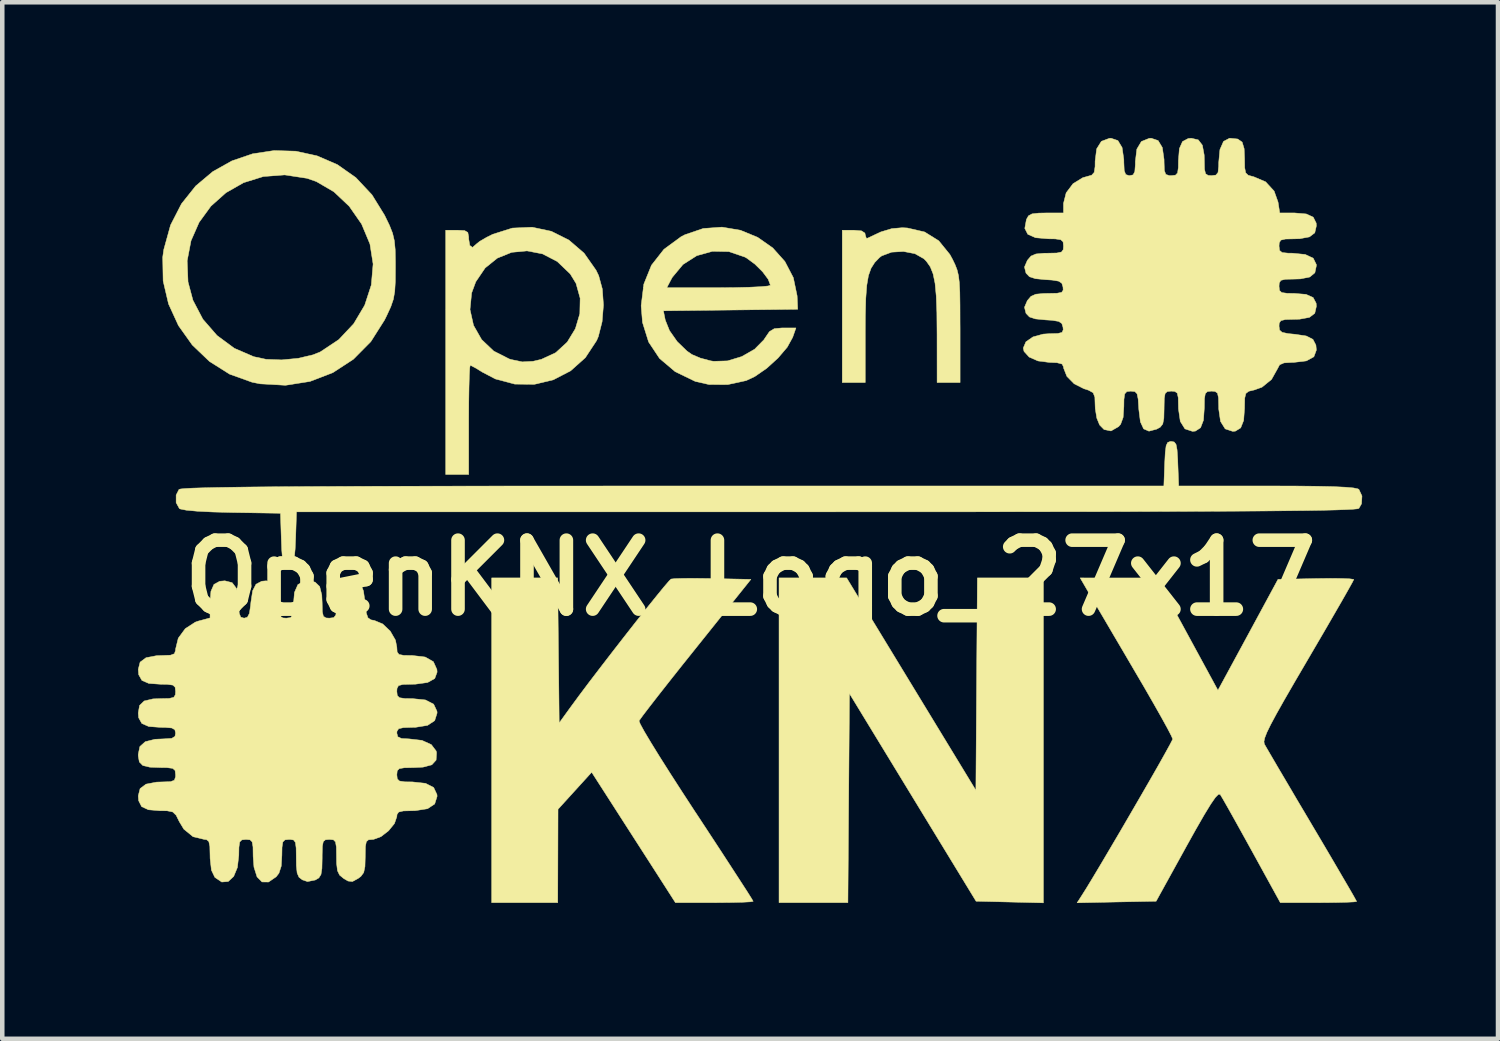
<source format=kicad_pcb>
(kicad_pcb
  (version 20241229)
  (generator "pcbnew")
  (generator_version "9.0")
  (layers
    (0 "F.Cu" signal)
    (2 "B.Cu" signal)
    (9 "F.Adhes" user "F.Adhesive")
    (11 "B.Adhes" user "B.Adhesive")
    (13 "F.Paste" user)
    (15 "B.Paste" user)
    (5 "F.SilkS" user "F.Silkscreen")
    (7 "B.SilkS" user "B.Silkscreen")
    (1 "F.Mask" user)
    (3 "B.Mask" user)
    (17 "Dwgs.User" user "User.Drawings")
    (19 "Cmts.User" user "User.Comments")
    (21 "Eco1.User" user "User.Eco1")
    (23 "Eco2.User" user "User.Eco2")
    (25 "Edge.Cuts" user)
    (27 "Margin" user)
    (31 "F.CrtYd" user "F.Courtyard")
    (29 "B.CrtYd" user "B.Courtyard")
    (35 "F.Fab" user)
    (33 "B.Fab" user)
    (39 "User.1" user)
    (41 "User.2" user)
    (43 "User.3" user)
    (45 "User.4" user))
  (footprint "OpenKNX_Logo_27x17"
    (layer "F.Cu")
    (at 13.53 9.721)
    (property "Reference" "OpenKNX_Logo_27x17" (at 0 0 0) (layer "F.SilkS") (effects (font (size 1.524 1.524) (thickness 0.3))))
    (attr through_hole)
    (fp_poly (pts (xy 4.985 4.693) (xy 5.001 2.347) (xy 5.018 0) (xy 6.477 0) (xy 6.477 7.18) (xy 5.733 7.162) (xy 4.989 7.144) (xy 3.59 4.85) (xy 2.191 2.555) (xy 2.174 4.865) (xy 2.157 7.176) (xy 0.635 7.176) (xy 0.635 0) (xy 2.129 0) (xy 4.985 4.693)) (stroke (width 0.01) (type solid)) (fill yes) (layer "F.SilkS"))
    (fp_poly (pts (xy 3.471 -7.733) (xy 3.852 -7.645) (xy 4.164 -7.451) (xy 4.41 -7.148) (xy 4.469 -7.04) (xy 4.527 -6.919) (xy 4.57 -6.807) (xy 4.6 -6.684) (xy 4.619 -6.527) (xy 4.63 -6.315) (xy 4.634 -6.026) (xy 4.635 -5.638) (xy 4.636 -5.512) (xy 4.636 -4.318) (xy 4.128 -4.318) (xy 4.127 -5.382) (xy 4.123 -5.86) (xy 4.109 -6.229) (xy 4.083 -6.509) (xy 4.04 -6.718) (xy 3.978 -6.874) (xy 3.893 -6.995) (xy 3.837 -7.053) (xy 3.639 -7.165) (xy 3.385 -7.214) (xy 3.123 -7.199) (xy 2.904 -7.117) (xy 2.855 -7.08) (xy 2.749 -6.97) (xy 2.669 -6.844) (xy 2.611 -6.682) (xy 2.574 -6.466) (xy 2.552 -6.175) (xy 2.542 -5.791) (xy 2.54 -5.431) (xy 2.54 -4.318) (xy 2.032 -4.318) (xy 2.032 -7.684) (xy 2.286 -7.684) (xy 2.459 -7.669) (xy 2.533 -7.62) (xy 2.54 -7.583) (xy 2.563 -7.508) (xy 2.588 -7.507) (xy 2.885 -7.646) (xy 3.127 -7.719) (xy 3.357 -7.739) (xy 3.471 -7.733)) (stroke (width 0.01) (type solid)) (fill yes) (layer "F.SilkS"))
    (fp_poly (pts (xy -4.24 1.602) (xy -4.223 3.204) (xy -3.971 2.856) (xy -3.788 2.607) (xy -3.566 2.311) (xy -3.316 1.984) (xy -3.051 1.64) (xy -2.782 1.294) (xy -2.521 0.961) (xy -2.28 0.657) (xy -2.07 0.397) (xy -1.904 0.194) (xy -1.793 0.065) (xy -1.751 0.025) (xy -1.662 0.015) (xy -1.473 0.01) (xy -1.209 0.009) (xy -0.897 0.013) (xy -0.832 0.014) (xy 0.013 0.032) (xy -1.207 1.556) (xy -1.512 1.937) (xy -1.791 2.289) (xy -2.034 2.598) (xy -2.231 2.852) (xy -2.373 3.038) (xy -2.449 3.143) (xy -2.459 3.159) (xy -2.432 3.229) (xy -2.343 3.392) (xy -2.198 3.635) (xy -2.005 3.948) (xy -1.772 4.316) (xy -1.506 4.729) (xy -1.216 5.174) (xy -1.213 5.177) (xy -0.922 5.62) (xy -0.654 6.029) (xy -0.418 6.392) (xy -0.22 6.697) (xy -0.068 6.932) (xy 0.029 7.086) (xy 0.063 7.146) (xy 0.064 7.146) (xy 0.004 7.157) (xy -0.16 7.166) (xy -0.404 7.172) (xy -0.706 7.175) (xy -0.795 7.176) (xy -1.654 7.176) (xy -2.092 6.493) (xy -2.306 6.16) (xy -2.556 5.771) (xy -2.81 5.376) (xy -3.018 5.052) (xy -3.505 4.294) (xy -3.877 4.703) (xy -4.249 5.112) (xy -4.255 7.176) (xy -5.715 7.176) (xy -5.715 0) (xy -4.257 0) (xy -4.24 1.602)) (stroke (width 0.01) (type solid)) (fill yes) (layer "F.SilkS"))
    (fp_poly (pts (xy -0.218 -7.683) (xy 0.162 -7.527) (xy 0.496 -7.293) (xy 0.765 -6.992) (xy 0.951 -6.635) (xy 1.035 -6.232) (xy 1.036 -6.205) (xy 1.048 -5.937) (xy -1.92 -5.903) (xy -1.879 -5.698) (xy -1.786 -5.466) (xy -1.615 -5.222) (xy -1.4 -5.014) (xy -1.29 -4.937) (xy -1.104 -4.858) (xy -0.875 -4.797) (xy -0.811 -4.787) (xy -0.504 -4.796) (xy -0.188 -4.892) (xy 0.095 -5.054) (xy 0.302 -5.264) (xy 0.324 -5.299) (xy 0.423 -5.443) (xy 0.53 -5.508) (xy 0.699 -5.524) (xy 0.733 -5.524) (xy 1.009 -5.524) (xy 0.937 -5.318) (xy 0.816 -5.098) (xy 0.612 -4.859) (xy 0.362 -4.632) (xy 0.1 -4.451) (xy -0.091 -4.361) (xy -0.502 -4.272) (xy -0.913 -4.274) (xy -1.214 -4.342) (xy -1.66 -4.558) (xy -2.005 -4.85) (xy -2.247 -5.214) (xy -2.382 -5.646) (xy -2.412 -6.015) (xy -2.363 -6.413) (xy -1.845 -6.413) (xy -0.7 -6.413) (xy -0.335 -6.416) (xy -0.018 -6.424) (xy 0.231 -6.436) (xy 0.392 -6.451) (xy 0.445 -6.468) (xy 0.396 -6.599) (xy 0.272 -6.765) (xy 0.102 -6.934) (xy -0.083 -7.07) (xy -0.121 -7.091) (xy -0.474 -7.211) (xy -0.836 -7.218) (xy -1.183 -7.121) (xy -1.487 -6.927) (xy -1.722 -6.645) (xy -1.754 -6.588) (xy -1.845 -6.413) (xy -2.363 -6.413) (xy -2.353 -6.492) (xy -2.184 -6.91) (xy -1.909 -7.261) (xy -1.531 -7.539) (xy -1.445 -7.584) (xy -1.04 -7.722) (xy -0.625 -7.752) (xy -0.218 -7.683)) (stroke (width 0.01) (type solid)) (fill yes) (layer "F.SilkS"))
    (fp_poly (pts (xy -4.397 -7.66) (xy -4.009 -7.466) (xy -3.673 -7.177) (xy -3.409 -6.801) (xy -3.35 -6.679) (xy -3.27 -6.385) (xy -3.245 -6.029) (xy -3.275 -5.661) (xy -3.358 -5.334) (xy -3.396 -5.245) (xy -3.645 -4.867) (xy -3.971 -4.576) (xy -4.353 -4.378) (xy -4.771 -4.278) (xy -5.205 -4.283) (xy -5.633 -4.397) (xy -5.92 -4.547) (xy -6.07 -4.639) (xy -6.172 -4.693) (xy -6.19 -4.699) (xy -6.2 -4.639) (xy -6.209 -4.471) (xy -6.216 -4.215) (xy -6.221 -3.891) (xy -6.223 -3.518) (xy -6.223 -3.493) (xy -6.223 -2.286) (xy -6.731 -2.286) (xy -6.731 -5.931) (xy -6.194 -5.931) (xy -6.116 -5.581) (xy -5.937 -5.267) (xy -5.67 -5.013) (xy -5.327 -4.839) (xy -5.285 -4.826) (xy -5.039 -4.774) (xy -4.802 -4.787) (xy -4.618 -4.83) (xy -4.299 -4.978) (xy -4.045 -5.212) (xy -3.865 -5.508) (xy -3.767 -5.839) (xy -3.76 -6.181) (xy -3.851 -6.509) (xy -3.979 -6.718) (xy -4.267 -6.993) (xy -4.592 -7.161) (xy -4.934 -7.227) (xy -5.273 -7.195) (xy -5.588 -7.068) (xy -5.859 -6.85) (xy -6.066 -6.545) (xy -6.158 -6.297) (xy -6.194 -5.931) (xy -6.731 -5.931) (xy -6.731 -7.684) (xy -6.477 -7.684) (xy -6.314 -7.676) (xy -6.242 -7.635) (xy -6.223 -7.534) (xy -6.223 -7.493) (xy -6.199 -7.348) (xy -6.139 -7.303) (xy -6.061 -7.371) (xy -6.06 -7.373) (xy -5.982 -7.436) (xy -5.826 -7.527) (xy -5.691 -7.594) (xy -5.258 -7.731) (xy -4.82 -7.75) (xy -4.397 -7.66)) (stroke (width 0.01) (type solid)) (fill yes) (layer "F.SilkS"))
    (fp_poly (pts (xy -10.044 -9.43) (xy -9.573 -9.327) (xy -9.126 -9.134) (xy -8.717 -8.847) (xy -8.36 -8.466) (xy -8.082 -8.016) (xy -7.974 -7.793) (xy -7.905 -7.618) (xy -7.866 -7.452) (xy -7.847 -7.255) (xy -7.842 -6.986) (xy -7.842 -6.858) (xy -7.844 -6.552) (xy -7.857 -6.332) (xy -7.887 -6.159) (xy -7.944 -5.993) (xy -8.036 -5.793) (xy -8.082 -5.7) (xy -8.385 -5.222) (xy -8.771 -4.832) (xy -9.225 -4.536) (xy -9.73 -4.342) (xy -10.27 -4.257) (xy -10.831 -4.289) (xy -11.01 -4.325) (xy -11.506 -4.503) (xy -11.95 -4.783) (xy -12.331 -5.147) (xy -12.637 -5.577) (xy -12.856 -6.055) (xy -12.975 -6.563) (xy -12.983 -7.008) (xy -12.444 -7.008) (xy -12.425 -6.541) (xy -12.317 -6.137) (xy -12.097 -5.717) (xy -11.784 -5.357) (xy -11.401 -5.074) (xy -10.972 -4.889) (xy -10.7 -4.831) (xy -10.355 -4.818) (xy -9.991 -4.853) (xy -9.663 -4.93) (xy -9.502 -4.995) (xy -9.094 -5.266) (xy -8.764 -5.617) (xy -8.521 -6.026) (xy -8.375 -6.473) (xy -8.335 -6.937) (xy -8.405 -7.379) (xy -8.59 -7.821) (xy -8.863 -8.213) (xy -9.202 -8.533) (xy -9.589 -8.759) (xy -9.796 -8.831) (xy -10.29 -8.906) (xy -10.761 -8.87) (xy -11.198 -8.734) (xy -11.587 -8.512) (xy -11.919 -8.216) (xy -12.18 -7.858) (xy -12.359 -7.451) (xy -12.444 -7.008) (xy -12.983 -7.008) (xy -12.985 -7.085) (xy -12.961 -7.255) (xy -12.811 -7.797) (xy -12.57 -8.267) (xy -12.255 -8.662) (xy -11.878 -8.979) (xy -11.455 -9.216) (xy -10.999 -9.372) (xy -10.523 -9.444) (xy -10.044 -9.43)) (stroke (width 0.01) (type solid)) (fill yes) (layer "F.SilkS"))
    (fp_poly (pts (xy 9.367 -3.004) (xy 9.408 -2.951) (xy 9.431 -2.83) (xy 9.445 -2.616) (xy 9.448 -2.524) (xy 9.467 -2.032) (xy 11.42 -2.032) (xy 12.02 -2.031) (xy 12.501 -2.026) (xy 12.874 -2.018) (xy 13.146 -2.005) (xy 13.328 -1.989) (xy 13.427 -1.968) (xy 13.449 -1.956) (xy 13.517 -1.811) (xy 13.507 -1.639) (xy 13.449 -1.537) (xy 13.412 -1.527) (xy 13.317 -1.518) (xy 13.16 -1.51) (xy 12.937 -1.502) (xy 12.645 -1.495) (xy 12.277 -1.489) (xy 11.831 -1.484) (xy 11.301 -1.479) (xy 10.685 -1.475) (xy 9.976 -1.472) (xy 9.172 -1.469) (xy 8.267 -1.466) (xy 7.258 -1.464) (xy 6.14 -1.463) (xy 4.91 -1.461) (xy 3.561 -1.461) (xy 2.092 -1.461) (xy 1.673 -1.46) (xy -10.028 -1.46) (xy -10.046 -0.905) (xy -10.058 -0.637) (xy -10.074 -0.472) (xy -10.103 -0.381) (xy -10.151 -0.342) (xy -10.205 -0.329) (xy -10.272 -0.327) (xy -10.315 -0.358) (xy -10.34 -0.447) (xy -10.354 -0.617) (xy -10.364 -0.869) (xy -10.382 -1.429) (xy -11.457 -1.446) (xy -11.88 -1.457) (xy -12.22 -1.474) (xy -12.464 -1.497) (xy -12.598 -1.524) (xy -12.616 -1.533) (xy -12.688 -1.664) (xy -12.688 -1.831) (xy -12.624 -1.956) (xy -12.586 -1.966) (xy -12.49 -1.975) (xy -12.332 -1.984) (xy -12.107 -1.991) (xy -11.811 -1.998) (xy -11.44 -2.004) (xy -10.989 -2.01) (xy -10.453 -2.015) (xy -9.828 -2.019) (xy -9.11 -2.022) (xy -8.295 -2.025) (xy -7.377 -2.027) (xy -6.353 -2.029) (xy -5.217 -2.031) (xy -3.966 -2.031) (xy -2.596 -2.032) (xy -1.704 -2.032) (xy 9.139 -2.032) (xy 9.157 -2.524) (xy 9.17 -2.773) (xy 9.189 -2.921) (xy 9.223 -2.993) (xy 9.279 -3.015) (xy 9.303 -3.016) (xy 9.367 -3.004)) (stroke (width 0.01) (type solid)) (fill yes) (layer "F.SilkS"))
    (fp_poly (pts (xy 8.138 0.000214) (xy 8.985 0.000429) (xy 10.334 2.483) (xy 10.998 1.258) (xy 11.661 0.032) (xy 12.498 0.014) (xy 12.807 0.01) (xy 13.065 0.012) (xy 13.248 0.02) (xy 13.332 0.032) (xy 13.335 0.036) (xy 13.304 0.098) (xy 13.216 0.256) (xy 13.079 0.497) (xy 12.9 0.807) (xy 12.688 1.173) (xy 12.449 1.582) (xy 12.315 1.811) (xy 12.027 2.303) (xy 11.799 2.698) (xy 11.625 3.007) (xy 11.499 3.242) (xy 11.415 3.414) (xy 11.368 3.535) (xy 11.351 3.616) (xy 11.359 3.668) (xy 11.362 3.675) (xy 11.411 3.76) (xy 11.516 3.94) (xy 11.668 4.2) (xy 11.86 4.525) (xy 12.081 4.901) (xy 12.325 5.312) (xy 12.414 5.463) (xy 12.66 5.878) (xy 12.883 6.257) (xy 13.075 6.586) (xy 13.23 6.851) (xy 13.339 7.04) (xy 13.393 7.139) (xy 13.399 7.15) (xy 13.339 7.159) (xy 13.176 7.167) (xy 12.932 7.173) (xy 12.631 7.175) (xy 12.556 7.176) (xy 11.713 7.176) (xy 11.079 6.023) (xy 10.885 5.672) (xy 10.709 5.355) (xy 10.561 5.091) (xy 10.451 4.898) (xy 10.389 4.793) (xy 10.382 4.784) (xy 10.345 4.782) (xy 10.277 4.851) (xy 10.174 5) (xy 10.03 5.236) (xy 9.838 5.57) (xy 9.643 5.92) (xy 8.968 7.144) (xy 8.095 7.161) (xy 7.222 7.179) (xy 7.315 7.034) (xy 7.425 6.86) (xy 7.576 6.611) (xy 7.76 6.303) (xy 7.966 5.954) (xy 8.187 5.579) (xy 8.411 5.194) (xy 8.631 4.815) (xy 8.837 4.458) (xy 9.019 4.14) (xy 9.167 3.876) (xy 9.274 3.682) (xy 9.329 3.575) (xy 9.335 3.56) (xy 9.303 3.486) (xy 9.216 3.319) (xy 9.081 3.074) (xy 8.906 2.765) (xy 8.7 2.407) (xy 8.487 2.044) (xy 8.25 1.639) (xy 8.024 1.255) (xy 7.821 0.909) (xy 7.651 0.62) (xy 7.527 0.407) (xy 7.465 0.302) (xy 7.29 0) (xy 8.138 0.000214)) (stroke (width 0.01) (type solid)) (fill yes) (layer "F.SilkS"))
    (fp_poly (pts (xy 9.9 -9.68) (xy 9.99 -9.562) (xy 10.03 -9.346) (xy 10.033 -9.227) (xy 10.037 -9.031) (xy 10.061 -8.931) (xy 10.118 -8.895) (xy 10.192 -8.89) (xy 10.289 -8.902) (xy 10.336 -8.959) (xy 10.35 -9.096) (xy 10.351 -9.18) (xy 10.378 -9.466) (xy 10.457 -9.646) (xy 10.587 -9.715) (xy 10.602 -9.716) (xy 10.771 -9.699) (xy 10.869 -9.631) (xy 10.913 -9.486) (xy 10.922 -9.272) (xy 10.925 -9.066) (xy 10.947 -8.952) (xy 11.003 -8.898) (xy 11.111 -8.868) (xy 11.125 -8.865) (xy 11.388 -8.753) (xy 11.576 -8.548) (xy 11.662 -8.306) (xy 11.7 -8.065) (xy 12.029 -8.065) (xy 12.287 -8.043) (xy 12.44 -7.972) (xy 12.505 -7.842) (xy 12.509 -7.779) (xy 12.474 -7.626) (xy 12.356 -7.536) (xy 12.14 -7.496) (xy 12.021 -7.493) (xy 11.825 -7.489) (xy 11.725 -7.465) (xy 11.689 -7.408) (xy 11.684 -7.334) (xy 11.696 -7.237) (xy 11.753 -7.19) (xy 11.89 -7.176) (xy 11.974 -7.176) (xy 12.263 -7.148) (xy 12.44 -7.065) (xy 12.509 -6.924) (xy 12.509 -6.9) (xy 12.476 -6.743) (xy 12.364 -6.65) (xy 12.156 -6.608) (xy 12.021 -6.604) (xy 11.825 -6.6) (xy 11.725 -6.576) (xy 11.689 -6.519) (xy 11.684 -6.445) (xy 11.694 -6.353) (xy 11.743 -6.306) (xy 11.865 -6.289) (xy 12.021 -6.287) (xy 12.281 -6.266) (xy 12.437 -6.197) (xy 12.504 -6.071) (xy 12.509 -6.001) (xy 12.474 -5.848) (xy 12.356 -5.758) (xy 12.14 -5.718) (xy 12.021 -5.715) (xy 11.825 -5.71) (xy 11.725 -5.686) (xy 11.688 -5.63) (xy 11.684 -5.564) (xy 11.696 -5.477) (xy 11.752 -5.427) (xy 11.883 -5.399) (xy 12.039 -5.384) (xy 12.288 -5.346) (xy 12.433 -5.272) (xy 12.499 -5.145) (xy 12.509 -5.035) (xy 12.454 -4.887) (xy 12.288 -4.796) (xy 12.009 -4.763) (xy 11.978 -4.763) (xy 11.794 -4.752) (xy 11.697 -4.71) (xy 11.649 -4.62) (xy 11.649 -4.62) (xy 11.518 -4.386) (xy 11.307 -4.215) (xy 11.134 -4.153) (xy 11.014 -4.125) (xy 10.951 -4.076) (xy 10.926 -3.973) (xy 10.922 -3.78) (xy 10.922 -3.752) (xy 10.902 -3.48) (xy 10.837 -3.316) (xy 10.72 -3.244) (xy 10.66 -3.239) (xy 10.494 -3.294) (xy 10.391 -3.459) (xy 10.351 -3.735) (xy 10.351 -3.783) (xy 10.346 -3.981) (xy 10.324 -4.084) (xy 10.269 -4.122) (xy 10.192 -4.128) (xy 10.103 -4.119) (xy 10.055 -4.074) (xy 10.036 -3.961) (xy 10.033 -3.759) (xy 10.014 -3.485) (xy 9.95 -3.319) (xy 9.836 -3.245) (xy 9.771 -3.239) (xy 9.605 -3.294) (xy 9.502 -3.459) (xy 9.462 -3.735) (xy 9.461 -3.783) (xy 9.457 -3.981) (xy 9.435 -4.084) (xy 9.38 -4.122) (xy 9.303 -4.128) (xy 9.215 -4.119) (xy 9.167 -4.076) (xy 9.148 -3.966) (xy 9.144 -3.761) (xy 9.144 -3.745) (xy 9.139 -3.529) (xy 9.115 -3.403) (xy 9.06 -3.332) (xy 8.98 -3.288) (xy 8.81 -3.243) (xy 8.692 -3.294) (xy 8.62 -3.45) (xy 8.586 -3.721) (xy 8.585 -3.737) (xy 8.571 -3.952) (xy 8.547 -4.069) (xy 8.499 -4.118) (xy 8.414 -4.127) (xy 8.411 -4.128) (xy 8.321 -4.118) (xy 8.274 -4.067) (xy 8.257 -3.945) (xy 8.255 -3.788) (xy 8.239 -3.547) (xy 8.184 -3.396) (xy 8.139 -3.344) (xy 7.971 -3.248) (xy 7.818 -3.279) (xy 7.719 -3.38) (xy 7.657 -3.532) (xy 7.623 -3.742) (xy 7.62 -3.814) (xy 7.614 -3.995) (xy 7.576 -4.092) (xy 7.476 -4.148) (xy 7.373 -4.181) (xy 7.157 -4.29) (xy 6.996 -4.454) (xy 6.923 -4.638) (xy 6.921 -4.665) (xy 6.89 -4.726) (xy 6.777 -4.756) (xy 6.604 -4.763) (xy 6.357 -4.795) (xy 6.162 -4.881) (xy 6.049 -5.005) (xy 6.032 -5.08) (xy 6.091 -5.218) (xy 6.247 -5.326) (xy 6.472 -5.388) (xy 6.608 -5.397) (xy 6.798 -5.402) (xy 6.89 -5.426) (xy 6.915 -5.484) (xy 6.91 -5.54) (xy 6.884 -5.623) (xy 6.814 -5.669) (xy 6.669 -5.693) (xy 6.525 -5.702) (xy 6.301 -5.724) (xy 6.169 -5.767) (xy 6.096 -5.843) (xy 6.092 -5.849) (xy 6.059 -5.981) (xy 6.121 -6.126) (xy 6.125 -6.132) (xy 6.203 -6.223) (xy 6.31 -6.27) (xy 6.486 -6.286) (xy 6.578 -6.287) (xy 6.779 -6.291) (xy 6.881 -6.311) (xy 6.914 -6.36) (xy 6.91 -6.429) (xy 6.884 -6.512) (xy 6.814 -6.558) (xy 6.669 -6.582) (xy 6.525 -6.591) (xy 6.301 -6.613) (xy 6.169 -6.656) (xy 6.096 -6.732) (xy 6.092 -6.738) (xy 6.059 -6.87) (xy 6.121 -7.015) (xy 6.125 -7.021) (xy 6.204 -7.113) (xy 6.312 -7.159) (xy 6.49 -7.175) (xy 6.574 -7.176) (xy 6.773 -7.18) (xy 6.877 -7.202) (xy 6.916 -7.256) (xy 6.921 -7.334) (xy 6.912 -7.427) (xy 6.861 -7.474) (xy 6.739 -7.492) (xy 6.588 -7.494) (xy 6.304 -7.518) (xy 6.132 -7.594) (xy 6.066 -7.725) (xy 6.101 -7.918) (xy 6.102 -7.922) (xy 6.147 -8.002) (xy 6.226 -8.045) (xy 6.375 -8.062) (xy 6.538 -8.065) (xy 6.921 -8.065) (xy 6.921 -8.277) (xy 6.98 -8.51) (xy 7.132 -8.712) (xy 7.348 -8.845) (xy 7.428 -8.867) (xy 7.544 -8.9) (xy 7.6 -8.962) (xy 7.619 -9.091) (xy 7.62 -9.211) (xy 7.654 -9.482) (xy 7.758 -9.648) (xy 7.934 -9.714) (xy 7.972 -9.716) (xy 8.123 -9.665) (xy 8.216 -9.511) (xy 8.254 -9.248) (xy 8.255 -9.18) (xy 8.263 -9) (xy 8.297 -8.914) (xy 8.37 -8.89) (xy 8.382 -8.89) (xy 8.459 -8.907) (xy 8.497 -8.979) (xy 8.509 -9.137) (xy 8.509 -9.203) (xy 8.542 -9.476) (xy 8.642 -9.644) (xy 8.813 -9.713) (xy 8.861 -9.716) (xy 9.012 -9.665) (xy 9.105 -9.511) (xy 9.143 -9.248) (xy 9.144 -9.18) (xy 9.15 -9.002) (xy 9.182 -8.917) (xy 9.257 -8.891) (xy 9.303 -8.89) (xy 9.395 -8.9) (xy 9.442 -8.949) (xy 9.459 -9.071) (xy 9.461 -9.227) (xy 9.482 -9.487) (xy 9.551 -9.643) (xy 9.677 -9.71) (xy 9.747 -9.716) (xy 9.9 -9.68)) (stroke (width 0.01) (type solid)) (fill yes) (layer "F.SilkS"))
    (fp_poly (pts (xy -8.69 0.08) (xy -8.601 0.148) (xy -8.548 0.29) (xy -8.514 0.531) (xy -8.51 0.572) (xy -8.486 0.773) (xy -8.45 0.88) (xy -8.384 0.926) (xy -8.305 0.941) (xy -8.123 1.017) (xy -7.956 1.176) (xy -7.841 1.375) (xy -7.811 1.529) (xy -7.804 1.636) (xy -7.763 1.691) (xy -7.656 1.712) (xy -7.471 1.714) (xy -7.184 1.748) (xy -7.003 1.851) (xy -6.925 2.024) (xy -6.921 2.082) (xy -6.973 2.223) (xy -7.132 2.311) (xy -7.402 2.348) (xy -7.489 2.349) (xy -7.679 2.354) (xy -7.774 2.38) (xy -7.807 2.442) (xy -7.811 2.508) (xy -7.801 2.6) (xy -7.753 2.647) (xy -7.634 2.665) (xy -7.466 2.667) (xy -7.177 2.697) (xy -6.997 2.79) (xy -6.924 2.946) (xy -6.921 2.985) (xy -6.974 3.153) (xy -7.132 3.258) (xy -7.399 3.301) (xy -7.466 3.302) (xy -7.666 3.308) (xy -7.77 3.332) (xy -7.807 3.386) (xy -7.811 3.429) (xy -7.79 3.51) (xy -7.708 3.548) (xy -7.541 3.557) (xy -7.255 3.59) (xy -7.049 3.683) (xy -6.942 3.824) (xy -6.933 3.863) (xy -6.943 4.026) (xy -7.038 4.13) (xy -7.232 4.181) (xy -7.437 4.191) (xy -7.646 4.195) (xy -7.757 4.214) (xy -7.802 4.261) (xy -7.811 4.35) (xy -7.801 4.441) (xy -7.753 4.488) (xy -7.634 4.506) (xy -7.466 4.508) (xy -7.177 4.539) (xy -6.997 4.631) (xy -6.924 4.787) (xy -6.921 4.826) (xy -6.974 4.995) (xy -7.132 5.1) (xy -7.399 5.142) (xy -7.466 5.144) (xy -7.666 5.149) (xy -7.769 5.173) (xy -7.807 5.227) (xy -7.811 5.275) (xy -7.863 5.427) (xy -7.993 5.587) (xy -8.161 5.717) (xy -8.326 5.778) (xy -8.345 5.779) (xy -8.436 5.786) (xy -8.485 5.829) (xy -8.505 5.936) (xy -8.509 6.138) (xy -8.509 6.158) (xy -8.515 6.378) (xy -8.543 6.511) (xy -8.606 6.596) (xy -8.668 6.642) (xy -8.792 6.709) (xy -8.89 6.698) (xy -8.985 6.642) (xy -9.076 6.567) (xy -9.123 6.469) (xy -9.142 6.308) (xy -9.144 6.158) (xy -9.147 5.947) (xy -9.166 5.834) (xy -9.212 5.787) (xy -9.298 5.779) (xy -9.303 5.779) (xy -9.388 5.786) (xy -9.436 5.826) (xy -9.456 5.929) (xy -9.461 6.123) (xy -9.461 6.193) (xy -9.466 6.42) (xy -9.487 6.554) (xy -9.534 6.629) (xy -9.612 6.675) (xy -9.785 6.71) (xy -9.898 6.672) (xy -9.973 6.614) (xy -10.014 6.521) (xy -10.031 6.358) (xy -10.033 6.189) (xy -10.036 5.968) (xy -10.052 5.845) (xy -10.092 5.791) (xy -10.167 5.779) (xy -10.192 5.779) (xy -10.283 5.788) (xy -10.33 5.835) (xy -10.348 5.953) (xy -10.351 6.128) (xy -10.365 6.368) (xy -10.416 6.525) (xy -10.477 6.604) (xy -10.646 6.72) (xy -10.79 6.718) (xy -10.9 6.606) (xy -10.968 6.391) (xy -10.986 6.155) (xy -10.989 5.945) (xy -11.008 5.833) (xy -11.055 5.787) (xy -11.142 5.779) (xy -11.144 5.779) (xy -11.235 5.788) (xy -11.283 5.835) (xy -11.3 5.953) (xy -11.303 6.128) (xy -11.334 6.398) (xy -11.416 6.596) (xy -11.536 6.708) (xy -11.679 6.72) (xy -11.829 6.619) (xy -11.833 6.615) (xy -11.908 6.458) (xy -11.937 6.198) (xy -11.938 6.139) (xy -11.943 5.933) (xy -11.966 5.824) (xy -12.017 5.783) (xy -12.062 5.779) (xy -12.313 5.719) (xy -12.518 5.551) (xy -12.617 5.387) (xy -12.688 5.244) (xy -12.764 5.171) (xy -12.888 5.146) (xy -13.049 5.144) (xy -13.3 5.123) (xy -13.45 5.054) (xy -13.517 4.922) (xy -13.525 4.816) (xy -13.484 4.655) (xy -13.353 4.557) (xy -13.119 4.512) (xy -12.99 4.508) (xy -12.812 4.502) (xy -12.727 4.471) (xy -12.701 4.396) (xy -12.7 4.35) (xy -12.711 4.255) (xy -12.764 4.208) (xy -12.893 4.192) (xy -13.012 4.191) (xy -13.269 4.182) (xy -13.424 4.145) (xy -13.501 4.067) (xy -13.525 3.933) (xy -13.525 3.897) (xy -13.489 3.726) (xy -13.37 3.619) (xy -13.154 3.565) (xy -12.95 3.556) (xy -12.785 3.545) (xy -12.713 3.501) (xy -12.7 3.429) (xy -12.716 3.355) (xy -12.783 3.316) (xy -12.933 3.303) (xy -13.037 3.302) (xy -13.293 3.283) (xy -13.446 3.216) (xy -13.516 3.09) (xy -13.525 2.985) (xy -13.496 2.818) (xy -13.394 2.719) (xy -13.2 2.673) (xy -13.037 2.667) (xy -12.841 2.663) (xy -12.741 2.639) (xy -12.705 2.582) (xy -12.7 2.508) (xy -12.71 2.416) (xy -12.759 2.369) (xy -12.881 2.352) (xy -13.037 2.349) (xy -13.292 2.331) (xy -13.444 2.265) (xy -13.515 2.139) (xy -13.525 2.022) (xy -13.484 1.861) (xy -13.353 1.763) (xy -13.119 1.718) (xy -12.99 1.714) (xy -12.811 1.707) (xy -12.726 1.675) (xy -12.701 1.601) (xy -12.7 1.572) (xy -12.641 1.332) (xy -12.486 1.121) (xy -12.264 0.977) (xy -12.195 0.953) (xy -11.938 0.884) (xy -11.938 0.55) (xy -11.919 0.296) (xy -11.852 0.143) (xy -11.725 0.074) (xy -11.61 0.064) (xy -11.45 0.105) (xy -11.351 0.236) (xy -11.307 0.47) (xy -11.303 0.599) (xy -11.294 0.78) (xy -11.26 0.867) (xy -11.186 0.889) (xy -11.184 0.889) (xy -11.113 0.868) (xy -11.069 0.785) (xy -11.043 0.614) (xy -11.035 0.534) (xy -10.997 0.284) (xy -10.922 0.138) (xy -10.796 0.073) (xy -10.697 0.064) (xy -10.546 0.1) (xy -10.456 0.219) (xy -10.417 0.437) (xy -10.414 0.552) (xy -10.41 0.748) (xy -10.386 0.848) (xy -10.329 0.884) (xy -10.255 0.889) (xy -10.158 0.877) (xy -10.111 0.82) (xy -10.097 0.683) (xy -10.097 0.599) (xy -10.073 0.32) (xy -9.997 0.147) (xy -9.863 0.07) (xy -9.789 0.064) (xy -9.618 0.092) (xy -9.516 0.19) (xy -9.469 0.378) (xy -9.461 0.552) (xy -9.457 0.748) (xy -9.434 0.848) (xy -9.376 0.884) (xy -9.303 0.889) (xy -9.205 0.877) (xy -9.159 0.82) (xy -9.145 0.683) (xy -9.144 0.599) (xy -9.121 0.322) (xy -9.048 0.151) (xy -8.915 0.072) (xy -8.828 0.064) (xy -8.69 0.08)) (stroke (width 0.01) (type solid)) (fill yes) (layer "F.SilkS")))
  (gr_rect
    (start -3 -3)
    (end 30.053 19.905)
    (stroke (width 0.1) (type default))
    (fill no)
    (layer "Edge.Cuts")))
</source>
